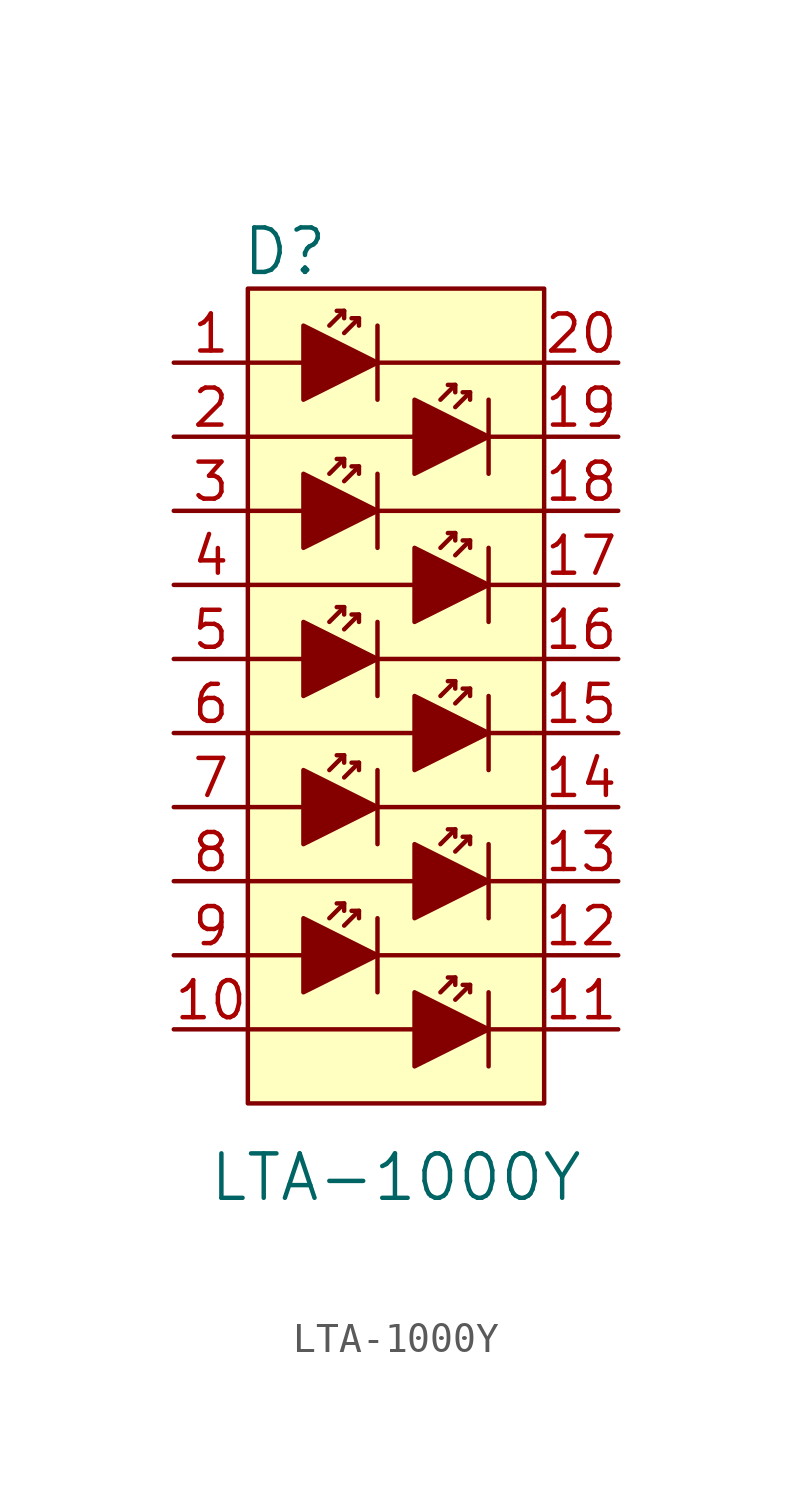
<source format=kicad_sym>
(kicad_symbol_lib
  (version 20211014)
  (generator kicad_symbol_editor)
  (symbol "LTA-1000Y"
    (pin_names
      (offset 0))
    (property "Reference" "D"
      (at -3.81 3.81 0)
      (effects (font (size 1.524 1.524))))
    (property "Value" "LTA-1000Y"
      (at 0 -27.94 0)
      (effects (font (size 1.524 1.524))))
    (symbol "LTA-1000Y_0_1"
      (rectangle (start -5.08 2.54) (end 5.08 -25.4) (stroke (width 0) (type default) (color 0 0 0 0)) (fill (type background)))
      (polyline (pts (xy -5.08 -20.32) (xy -3.175 -20.32)) (stroke (width 0) (type default) (color 0 0 0 0)) (fill (type none)))
      (polyline (pts (xy -5.08 -15.24) (xy -3.175 -15.24)) (stroke (width 0) (type default) (color 0 0 0 0)) (fill (type none)))
      (polyline (pts (xy -5.08 -10.16) (xy -3.175 -10.16)) (stroke (width 0) (type default) (color 0 0 0 0)) (fill (type none)))
      (polyline (pts (xy -5.08 -5.08) (xy -3.175 -5.08)) (stroke (width 0) (type default) (color 0 0 0 0)) (fill (type none)))
      (polyline (pts (xy -3.175 0) (xy -5.08 0)) (stroke (width 0) (type default) (color 0 0 0 0)) (fill (type none)))
      (polyline (pts (xy -1.778 -18.542) (xy -2.286 -19.05)) (stroke (width 0) (type default) (color 0 0 0 0)) (fill (type none)))
      (polyline (pts (xy -1.778 -13.462) (xy -2.286 -13.97)) (stroke (width 0) (type default) (color 0 0 0 0)) (fill (type none)))
      (polyline (pts (xy -1.778 -8.382) (xy -2.286 -8.89)) (stroke (width 0) (type default) (color 0 0 0 0)) (fill (type none)))
      (polyline (pts (xy -1.778 -3.302) (xy -2.286 -3.81)) (stroke (width 0) (type default) (color 0 0 0 0)) (fill (type none)))
      (polyline (pts (xy -1.778 1.778) (xy -2.286 1.27)) (stroke (width 0) (type default) (color 0 0 0 0)) (fill (type none)))
      (polyline (pts (xy -1.27 -18.796) (xy -1.778 -19.304)) (stroke (width 0) (type default) (color 0 0 0 0)) (fill (type none)))
      (polyline (pts (xy -1.27 -13.716) (xy -1.778 -14.224)) (stroke (width 0) (type default) (color 0 0 0 0)) (fill (type none)))
      (polyline (pts (xy -1.27 -8.636) (xy -1.778 -9.144)) (stroke (width 0) (type default) (color 0 0 0 0)) (fill (type none)))
      (polyline (pts (xy -1.27 -3.556) (xy -1.778 -4.064)) (stroke (width 0) (type default) (color 0 0 0 0)) (fill (type none)))
      (polyline (pts (xy -1.27 1.524) (xy -1.778 1.016)) (stroke (width 0) (type default) (color 0 0 0 0)) (fill (type none)))
      (polyline (pts (xy -0.635 -21.59) (xy -0.635 -19.05)) (stroke (width 0) (type default) (color 0 0 0 0)) (fill (type none)))
      (polyline (pts (xy -0.635 -20.32) (xy 5.08 -20.32)) (stroke (width 0) (type default) (color 0 0 0 0)) (fill (type none)))
      (polyline (pts (xy -0.635 -16.51) (xy -0.635 -13.97)) (stroke (width 0) (type default) (color 0 0 0 0)) (fill (type none)))
      (polyline (pts (xy -0.635 -15.24) (xy 5.08 -15.24)) (stroke (width 0) (type default) (color 0 0 0 0)) (fill (type none)))
      (polyline (pts (xy -0.635 -10.16) (xy 5.08 -10.16)) (stroke (width 0) (type default) (color 0 0 0 0)) (fill (type none)))
      (polyline (pts (xy -0.635 -8.89) (xy -0.635 -11.43)) (stroke (width 0) (type default) (color 0 0 0 0)) (fill (type none)))
      (polyline (pts (xy -0.635 -5.08) (xy 5.08 -5.08)) (stroke (width 0) (type default) (color 0 0 0 0)) (fill (type none)))
      (polyline (pts (xy -0.635 -3.81) (xy -0.635 -6.35)) (stroke (width 0) (type default) (color 0 0 0 0)) (fill (type none)))
      (polyline (pts (xy -0.635 0) (xy 5.08 0)) (stroke (width 0) (type default) (color 0 0 0 0)) (fill (type none)))
      (polyline (pts (xy -0.635 1.27) (xy -0.635 -1.27)) (stroke (width 0) (type default) (color 0 0 0 0)) (fill (type none)))
      (polyline (pts (xy 0.635 -22.86) (xy -5.08 -22.86)) (stroke (width 0) (type default) (color 0 0 0 0)) (fill (type none)))
      (polyline (pts (xy 0.635 -17.78) (xy -5.08 -17.78)) (stroke (width 0) (type default) (color 0 0 0 0)) (fill (type none)))
      (polyline (pts (xy 0.635 -12.7) (xy -5.08 -12.7)) (stroke (width 0) (type default) (color 0 0 0 0)) (fill (type none)))
      (polyline (pts (xy 0.635 -7.62) (xy -5.08 -7.62)) (stroke (width 0) (type default) (color 0 0 0 0)) (fill (type none)))
      (polyline (pts (xy 0.635 -2.54) (xy -5.08 -2.54)) (stroke (width 0) (type default) (color 0 0 0 0)) (fill (type none)))
      (polyline (pts (xy 2.032 -21.082) (xy 1.524 -21.59)) (stroke (width 0) (type default) (color 0 0 0 0)) (fill (type none)))
      (polyline (pts (xy 2.032 -16.002) (xy 1.524 -16.51)) (stroke (width 0) (type default) (color 0 0 0 0)) (fill (type none)))
      (polyline (pts (xy 2.032 -10.922) (xy 1.524 -11.43)) (stroke (width 0) (type default) (color 0 0 0 0)) (fill (type none)))
      (polyline (pts (xy 2.032 -5.842) (xy 1.524 -6.35)) (stroke (width 0) (type default) (color 0 0 0 0)) (fill (type none)))
      (polyline (pts (xy 2.032 -0.762) (xy 1.524 -1.27)) (stroke (width 0) (type default) (color 0 0 0 0)) (fill (type none)))
      (polyline (pts (xy 2.54 -21.336) (xy 2.032 -21.844)) (stroke (width 0) (type default) (color 0 0 0 0)) (fill (type none)))
      (polyline (pts (xy 2.54 -16.256) (xy 2.032 -16.764)) (stroke (width 0) (type default) (color 0 0 0 0)) (fill (type none)))
      (polyline (pts (xy 2.54 -11.176) (xy 2.032 -11.684)) (stroke (width 0) (type default) (color 0 0 0 0)) (fill (type none)))
      (polyline (pts (xy 2.54 -6.096) (xy 2.032 -6.604)) (stroke (width 0) (type default) (color 0 0 0 0)) (fill (type none)))
      (polyline (pts (xy 2.54 -1.016) (xy 2.032 -1.524)) (stroke (width 0) (type default) (color 0 0 0 0)) (fill (type none)))
      (polyline (pts (xy 3.175 -22.86) (xy 5.08 -22.86)) (stroke (width 0) (type default) (color 0 0 0 0)) (fill (type none)))
      (polyline (pts (xy 3.175 -21.59) (xy 3.175 -24.13)) (stroke (width 0) (type default) (color 0 0 0 0)) (fill (type none)))
      (polyline (pts (xy 3.175 -17.78) (xy 5.08 -17.78)) (stroke (width 0) (type default) (color 0 0 0 0)) (fill (type none)))
      (polyline (pts (xy 3.175 -16.51) (xy 3.175 -19.05)) (stroke (width 0) (type default) (color 0 0 0 0)) (fill (type none)))
      (polyline (pts (xy 3.175 -12.7) (xy 5.08 -12.7)) (stroke (width 0) (type default) (color 0 0 0 0)) (fill (type none)))
      (polyline (pts (xy 3.175 -11.43) (xy 3.175 -13.97)) (stroke (width 0) (type default) (color 0 0 0 0)) (fill (type none)))
      (polyline (pts (xy 3.175 -7.62) (xy 5.08 -7.62)) (stroke (width 0) (type default) (color 0 0 0 0)) (fill (type none)))
      (polyline (pts (xy 3.175 -6.35) (xy 3.175 -8.89)) (stroke (width 0) (type default) (color 0 0 0 0)) (fill (type none)))
      (polyline (pts (xy 3.175 -2.54) (xy 5.08 -2.54)) (stroke (width 0) (type default) (color 0 0 0 0)) (fill (type none)))
      (polyline (pts (xy 3.175 -1.27) (xy 3.175 -3.81)) (stroke (width 0) (type default) (color 0 0 0 0)) (fill (type none)))
      (polyline (pts (xy -2.032 -18.542) (xy -1.778 -18.542) (xy -1.778 -18.796)) (stroke (width 0) (type default) (color 0 0 0 0)) (fill (type none)))
      (polyline (pts (xy -2.032 -13.462) (xy -1.778 -13.462) (xy -1.778 -13.716)) (stroke (width 0) (type default) (color 0 0 0 0)) (fill (type none)))
      (polyline (pts (xy -2.032 -8.382) (xy -1.778 -8.382) (xy -1.778 -8.636)) (stroke (width 0) (type default) (color 0 0 0 0)) (fill (type none)))
      (polyline (pts (xy -2.032 -3.302) (xy -1.778 -3.302) (xy -1.778 -3.556)) (stroke (width 0) (type default) (color 0 0 0 0)) (fill (type none)))
      (polyline (pts (xy -2.032 1.778) (xy -1.778 1.778) (xy -1.778 1.524)) (stroke (width 0) (type default) (color 0 0 0 0)) (fill (type none)))
      (polyline (pts (xy -1.524 -18.796) (xy -1.27 -18.796) (xy -1.27 -19.05)) (stroke (width 0) (type default) (color 0 0 0 0)) (fill (type none)))
      (polyline (pts (xy -1.524 -13.716) (xy -1.27 -13.716) (xy -1.27 -13.97)) (stroke (width 0) (type default) (color 0 0 0 0)) (fill (type none)))
      (polyline (pts (xy -1.524 -8.636) (xy -1.27 -8.636) (xy -1.27 -8.89)) (stroke (width 0) (type default) (color 0 0 0 0)) (fill (type none)))
      (polyline (pts (xy -1.524 -3.556) (xy -1.27 -3.556) (xy -1.27 -3.81)) (stroke (width 0) (type default) (color 0 0 0 0)) (fill (type none)))
      (polyline (pts (xy -1.524 1.524) (xy -1.27 1.524) (xy -1.27 1.27)) (stroke (width 0) (type default) (color 0 0 0 0)) (fill (type none)))
      (polyline (pts (xy 1.778 -21.082) (xy 2.032 -21.082) (xy 2.032 -21.336)) (stroke (width 0) (type default) (color 0 0 0 0)) (fill (type none)))
      (polyline (pts (xy 1.778 -16.002) (xy 2.032 -16.002) (xy 2.032 -16.256)) (stroke (width 0) (type default) (color 0 0 0 0)) (fill (type none)))
      (polyline (pts (xy 1.778 -10.922) (xy 2.032 -10.922) (xy 2.032 -11.176)) (stroke (width 0) (type default) (color 0 0 0 0)) (fill (type none)))
      (polyline (pts (xy 1.778 -5.842) (xy 2.032 -5.842) (xy 2.032 -6.096)) (stroke (width 0) (type default) (color 0 0 0 0)) (fill (type none)))
      (polyline (pts (xy 1.778 -0.762) (xy 2.032 -0.762) (xy 2.032 -1.016)) (stroke (width 0) (type default) (color 0 0 0 0)) (fill (type none)))
      (polyline (pts (xy 2.286 -21.336) (xy 2.54 -21.336) (xy 2.54 -21.59)) (stroke (width 0) (type default) (color 0 0 0 0)) (fill (type none)))
      (polyline (pts (xy 2.286 -16.256) (xy 2.54 -16.256) (xy 2.54 -16.51)) (stroke (width 0) (type default) (color 0 0 0 0)) (fill (type none)))
      (polyline (pts (xy 2.286 -11.176) (xy 2.54 -11.176) (xy 2.54 -11.43)) (stroke (width 0) (type default) (color 0 0 0 0)) (fill (type none)))
      (polyline (pts (xy 2.286 -6.096) (xy 2.54 -6.096) (xy 2.54 -6.35)) (stroke (width 0) (type default) (color 0 0 0 0)) (fill (type none)))
      (polyline (pts (xy 2.286 -1.016) (xy 2.54 -1.016) (xy 2.54 -1.27)) (stroke (width 0) (type default) (color 0 0 0 0)) (fill (type none)))
      (polyline (pts (xy -3.175 -19.05) (xy -3.175 -21.59) (xy -0.635 -20.32) (xy -3.175 -19.05)) (stroke (width 0) (type default) (color 0 0 0 0)) (fill (type outline)))
      (polyline (pts (xy -3.175 -13.97) (xy -3.175 -16.51) (xy -0.635 -15.24) (xy -3.175 -13.97)) (stroke (width 0) (type default) (color 0 0 0 0)) (fill (type outline)))
      (polyline (pts (xy -3.175 -8.89) (xy -3.175 -11.43) (xy -0.635 -10.16) (xy -3.175 -8.89)) (stroke (width 0) (type default) (color 0 0 0 0)) (fill (type outline)))
      (polyline (pts (xy -3.175 -3.81) (xy -3.175 -6.35) (xy -0.635 -5.08) (xy -3.175 -3.81)) (stroke (width 0) (type default) (color 0 0 0 0)) (fill (type outline)))
      (polyline (pts (xy -3.175 1.27) (xy -3.175 -1.27) (xy -0.635 0) (xy -3.175 1.27)) (stroke (width 0) (type default) (color 0 0 0 0)) (fill (type outline)))
      (polyline (pts (xy 0.635 -21.59) (xy 0.635 -24.13) (xy 3.175 -22.86) (xy 0.635 -21.59)) (stroke (width 0) (type default) (color 0 0 0 0)) (fill (type outline)))
      (polyline (pts (xy 0.635 -16.51) (xy 0.635 -19.05) (xy 3.175 -17.78) (xy 0.635 -16.51)) (stroke (width 0) (type default) (color 0 0 0 0)) (fill (type outline)))
      (polyline (pts (xy 0.635 -11.43) (xy 0.635 -13.97) (xy 3.175 -12.7) (xy 0.635 -11.43)) (stroke (width 0) (type default) (color 0 0 0 0)) (fill (type outline)))
      (polyline (pts (xy 0.635 -6.35) (xy 0.635 -8.89) (xy 3.175 -7.62) (xy 0.635 -6.35)) (stroke (width 0) (type default) (color 0 0 0 0)) (fill (type outline)))
      (polyline (pts (xy 0.635 -1.27) (xy 0.635 -3.81) (xy 3.175 -2.54) (xy 0.635 -1.27)) (stroke (width 0) (type default) (color 0 0 0 0)) (fill (type outline))))
    (symbol "LTA-1000Y_1_1"
      (pin input line (at -7.62 0 0) (length 2.54) (name "~" (effects (font (size 1.27 1.27)))) (number "1" (effects (font (size 1.27 1.27)))))
      (pin input line (at -7.62 -22.86 0) (length 2.54) (name "~" (effects (font (size 1.27 1.27)))) (number "10" (effects (font (size 1.27 1.27)))))
      (pin output line (at 7.62 -22.86 180) (length 2.54) (name "~" (effects (font (size 1.27 1.27)))) (number "11" (effects (font (size 1.27 1.27)))))
      (pin output line (at 7.62 -20.32 180) (length 2.54) (name "~" (effects (font (size 1.27 1.27)))) (number "12" (effects (font (size 1.27 1.27)))))
      (pin output line (at 7.62 -17.78 180) (length 2.54) (name "~" (effects (font (size 1.27 1.27)))) (number "13" (effects (font (size 1.27 1.27)))))
      (pin output line (at 7.62 -15.24 180) (length 2.54) (name "~" (effects (font (size 1.27 1.27)))) (number "14" (effects (font (size 1.27 1.27)))))
      (pin output line (at 7.62 -12.7 180) (length 2.54) (name "~" (effects (font (size 1.27 1.27)))) (number "15" (effects (font (size 1.27 1.27)))))
      (pin output line (at 7.62 -10.16 180) (length 2.54) (name "~" (effects (font (size 1.27 1.27)))) (number "16" (effects (font (size 1.27 1.27)))))
      (pin output line (at 7.62 -7.62 180) (length 2.54) (name "~" (effects (font (size 1.27 1.27)))) (number "17" (effects (font (size 1.27 1.27)))))
      (pin output line (at 7.62 -5.08 180) (length 2.54) (name "~" (effects (font (size 1.27 1.27)))) (number "18" (effects (font (size 1.27 1.27)))))
      (pin output line (at 7.62 -2.54 180) (length 2.54) (name "~" (effects (font (size 1.27 1.27)))) (number "19" (effects (font (size 1.27 1.27)))))
      (pin input line (at -7.62 -2.54 0) (length 2.54) (name "~" (effects (font (size 1.27 1.27)))) (number "2" (effects (font (size 1.27 1.27)))))
      (pin output line (at 7.62 0 180) (length 2.54) (name "~" (effects (font (size 1.27 1.27)))) (number "20" (effects (font (size 1.27 1.27)))))
      (pin input line (at -7.62 -5.08 0) (length 2.54) (name "~" (effects (font (size 1.27 1.27)))) (number "3" (effects (font (size 1.27 1.27)))))
      (pin input line (at -7.62 -7.62 0) (length 2.54) (name "~" (effects (font (size 1.27 1.27)))) (number "4" (effects (font (size 1.27 1.27)))))
      (pin input line (at -7.62 -10.16 0) (length 2.54) (name "~" (effects (font (size 1.27 1.27)))) (number "5" (effects (font (size 1.27 1.27)))))
      (pin input line (at -7.62 -12.7 0) (length 2.54) (name "~" (effects (font (size 1.27 1.27)))) (number "6" (effects (font (size 1.27 1.27)))))
      (pin input line (at -7.62 -15.24 0) (length 2.54) (name "~" (effects (font (size 1.27 1.27)))) (number "7" (effects (font (size 1.27 1.27)))))
      (pin input line (at -7.62 -17.78 0) (length 2.54) (name "~" (effects (font (size 1.27 1.27)))) (number "8" (effects (font (size 1.27 1.27)))))
      (pin input line (at -7.62 -20.32 0) (length 2.54) (name "~" (effects (font (size 1.27 1.27)))) (number "9" (effects (font (size 1.27 1.27))))))))
</source>
